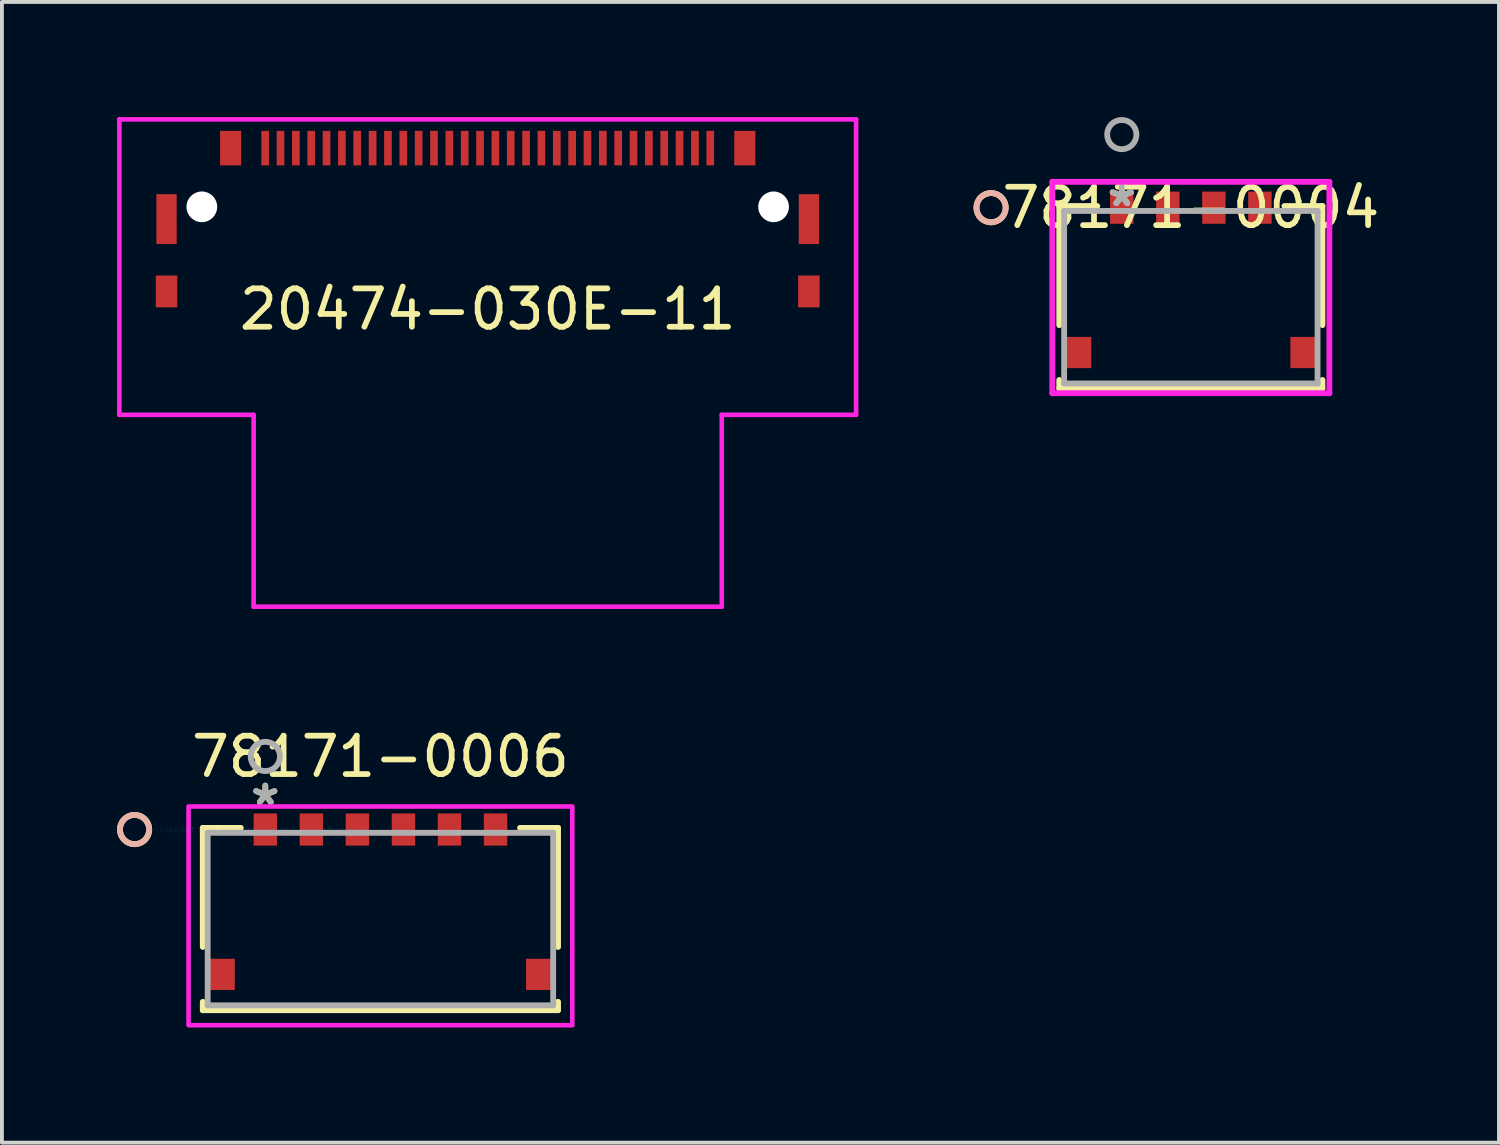
<source format=kicad_pcb>
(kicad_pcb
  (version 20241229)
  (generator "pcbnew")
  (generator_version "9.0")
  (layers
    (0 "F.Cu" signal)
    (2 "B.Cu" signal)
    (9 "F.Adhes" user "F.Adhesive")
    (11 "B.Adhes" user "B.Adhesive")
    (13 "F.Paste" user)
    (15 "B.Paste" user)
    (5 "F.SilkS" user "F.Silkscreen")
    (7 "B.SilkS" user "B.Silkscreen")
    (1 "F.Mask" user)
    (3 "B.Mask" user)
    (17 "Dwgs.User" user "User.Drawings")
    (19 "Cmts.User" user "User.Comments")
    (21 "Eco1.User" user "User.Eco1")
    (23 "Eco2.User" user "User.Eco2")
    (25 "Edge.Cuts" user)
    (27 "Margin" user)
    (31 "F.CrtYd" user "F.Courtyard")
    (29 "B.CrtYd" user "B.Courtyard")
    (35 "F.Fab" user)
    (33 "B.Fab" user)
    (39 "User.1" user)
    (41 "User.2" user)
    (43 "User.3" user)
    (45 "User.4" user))
  (footprint "78171-0006"
    (layer "F.Cu")
    (at 3.864 18.568)
    (property "Reference" "78171-0006" (at 3 -1.9 0) (layer "F.SilkS") (effects (font (size 1 1) (thickness 0.15))))
    (fp_line (start -1.629 -0.042) (end -1.629 3.06) (stroke (width 0.152) (type solid)) (layer "F.SilkS"))
    (fp_line (start -1.629 4.49) (end -1.629 4.708) (stroke (width 0.152) (type solid)) (layer "F.SilkS"))
    (fp_line (start -1.629 4.708) (end 7.629 4.708) (stroke (width 0.152) (type solid)) (layer "F.SilkS"))
    (fp_line (start -0.638 -0.042) (end -1.629 -0.042) (stroke (width 0.152) (type solid)) (layer "F.SilkS"))
    (fp_line (start 7.629 -0.042) (end 6.638 -0.042) (stroke (width 0.152) (type solid)) (layer "F.SilkS"))
    (fp_line (start 7.629 3.06) (end 7.629 -0.042) (stroke (width 0.152) (type solid)) (layer "F.SilkS"))
    (fp_line (start 7.629 4.708) (end 7.629 4.49) (stroke (width 0.152) (type solid)) (layer "F.SilkS"))
    (fp_circle (center -3.407 0) (end -3.026 0) (stroke (width 0.152) (type solid)) (fill no) (layer "F.SilkS"))
    (fp_circle (center -3.407 0) (end -3.026 0) (stroke (width 0.152) (type solid)) (fill no) (layer "B.SilkS"))
    (fp_rect (start -2 -0.6) (end 8 5.1) (stroke (width 0.12) (type solid)) (fill no) (layer "F.CrtYd"))
    (fp_line (start -1.502 0.085) (end -1.502 4.581) (stroke (width 0.152) (type solid)) (layer "F.Fab"))
    (fp_line (start -1.502 4.581) (end 7.502 4.581) (stroke (width 0.152) (type solid)) (layer "F.Fab"))
    (fp_line (start 7.502 0.085) (end -1.502 0.085) (stroke (width 0.152) (type solid)) (layer "F.Fab"))
    (fp_line (start 7.502 4.581) (end 7.502 0.085) (stroke (width 0.152) (type solid)) (layer "F.Fab"))
    (fp_circle (center 0 -1.905) (end 0.381 -1.905) (stroke (width 0.152) (type solid)) (fill no) (layer "F.Fab"))
    (fp_text user "*" (at 0 -0.6 0) (layer "F.SilkS") (effects (font (size 1 1) (thickness 0.15))))
    (fp_text user "Copyright 2016 Accelerated Designs. All rights reserved." (at 0 0 0) (layer "Cmts.User") (effects (font (size 0.127 0.127) (thickness 0.002))))
    (fp_text user "*" (at 0 -0.6 0) (layer "F.Fab") (effects (font (size 1 1) (thickness 0.15))))
    (pad "1" smd rect (at 0.000001 0) (size 0.61 0.838) (layers "F.Cu" "F.Mask" "F.Paste"))
    (pad "2" smd rect (at 1.2 0) (size 0.61 0.838) (layers "F.Cu" "F.Mask" "F.Paste"))
    (pad "3" smd rect (at 2.4 0) (size 0.61 0.838) (layers "F.Cu" "F.Mask" "F.Paste"))
    (pad "4" smd rect (at 3.6 0) (size 0.61 0.838) (layers "F.Cu" "F.Mask" "F.Paste"))
    (pad "5" smd rect (at 4.8 0) (size 0.61 0.838) (layers "F.Cu" "F.Mask" "F.Paste"))
    (pad "6" smd rect (at 6 0) (size 0.61 0.838) (layers "F.Cu" "F.Mask" "F.Paste"))
    (pad "7" smd rect (at 7.15 3.775 90) (size 0.813 0.711) (layers "F.Cu" "F.Mask" "F.Paste"))
    (pad "8" smd rect (at -1.15 3.775 90) (size 0.813 0.711) (layers "F.Cu" "F.Mask" "F.Paste")))
  (footprint "78171-0004"
    (layer "F.Cu")
    (at 26.184 2.362)
    (property "Reference" "78171-0004" (at 1.8 0 0) (layer "F.SilkS") (effects (font (size 1 1) (thickness 0.15))))
    (attr through_hole)
    (fp_line (start -1.629 -0.042) (end -1.629 3.06) (stroke (width 0.152) (type solid)) (layer "F.SilkS"))
    (fp_line (start -1.629 4.49) (end -1.629 4.708) (stroke (width 0.152) (type solid)) (layer "F.SilkS"))
    (fp_line (start -1.629 4.708) (end 5.229 4.708) (stroke (width 0.152) (type solid)) (layer "F.SilkS"))
    (fp_line (start -0.638 -0.042) (end -1.629 -0.042) (stroke (width 0.152) (type solid)) (layer "F.SilkS"))
    (fp_line (start 5.229 -0.042) (end 4.238 -0.042) (stroke (width 0.152) (type solid)) (layer "F.SilkS"))
    (fp_line (start 5.229 3.06) (end 5.229 -0.042) (stroke (width 0.152) (type solid)) (layer "F.SilkS"))
    (fp_line (start 5.229 4.708) (end 5.229 4.49) (stroke (width 0.152) (type solid)) (layer "F.SilkS"))
    (fp_circle (center -3.407 0) (end -3.026 0) (stroke (width 0.152) (type solid)) (fill no) (layer "F.SilkS"))
    (fp_circle (center -3.407 0) (end -3.026 0) (stroke (width 0.152) (type solid)) (fill no) (layer "B.SilkS"))
    (fp_line (start -1.81 -0.673) (end -1.81 4.835) (stroke (width 0.152) (type solid)) (layer "F.CrtYd"))
    (fp_line (start -1.81 4.835) (end 5.41 4.835) (stroke (width 0.152) (type solid)) (layer "F.CrtYd"))
    (fp_line (start 5.41 -0.673) (end -1.81 -0.673) (stroke (width 0.152) (type solid)) (layer "F.CrtYd"))
    (fp_line (start 5.41 4.835) (end 5.41 -0.673) (stroke (width 0.152) (type solid)) (layer "F.CrtYd"))
    (fp_line (start -1.502 0.085) (end -1.502 4.581) (stroke (width 0.152) (type solid)) (layer "F.Fab"))
    (fp_line (start -1.502 4.581) (end 5.102 4.581) (stroke (width 0.152) (type solid)) (layer "F.Fab"))
    (fp_line (start 5.102 0.085) (end -1.502 0.085) (stroke (width 0.152) (type solid)) (layer "F.Fab"))
    (fp_line (start 5.102 4.581) (end 5.102 0.085) (stroke (width 0.152) (type solid)) (layer "F.Fab"))
    (fp_circle (center 0 -1.905) (end 0.381 -1.905) (stroke (width 0.152) (type solid)) (fill no) (layer "F.Fab"))
    (fp_text user "*" (at 0 0 0) (layer "F.SilkS") (effects (font (size 1 1) (thickness 0.15))))
    (fp_text user "*" (at 0 0 0) (layer "F.Fab") (effects (font (size 1 1) (thickness 0.15))))
    (pad "1" smd rect (at 0.000001 0) (size 0.61 0.838) (layers "F.Cu" "F.Mask" "F.Paste"))
    (pad "2" smd rect (at 1.2 0) (size 0.61 0.838) (layers "F.Cu" "F.Mask" "F.Paste"))
    (pad "3" smd rect (at 2.4 0) (size 0.61 0.838) (layers "F.Cu" "F.Mask" "F.Paste"))
    (pad "4" smd rect (at 3.6 0) (size 0.61 0.838) (layers "F.Cu" "F.Mask" "F.Paste"))
    (pad "5" smd rect (at -1.15 3.775 90) (size 0.813 0.711) (layers "F.Cu" "F.Mask" "F.Paste"))
    (pad "6" smd rect (at 4.75 3.775 90) (size 0.813 0.711) (layers "F.Cu" "F.Mask" "F.Paste")))
  (footprint "20474-030E-11"
    (layer "F.Cu")
    (at 9.66 3.91)
    (property "Reference" "20474-030E-11" (at 0 1.1 0) (layer "F.SilkS") (effects (font (size 1 1) (thickness 0.15))))
    (fp_line (start -9.6 -3.85) (end 9.6 -3.85) (stroke (width 0.12) (type solid)) (layer "F.CrtYd"))
    (fp_line (start -9.6 3.85) (end -9.6 -3.85) (stroke (width 0.12) (type solid)) (layer "F.CrtYd"))
    (fp_line (start -6.1 3.85) (end -9.6 3.85) (stroke (width 0.12) (type solid)) (layer "F.CrtYd"))
    (fp_line (start -6.1 3.85) (end -6.1 8.85) (stroke (width 0.12) (type solid)) (layer "F.CrtYd"))
    (fp_line (start -6.1 8.85) (end 6.1 8.85) (stroke (width 0.12) (type solid)) (layer "F.CrtYd"))
    (fp_line (start 6.1 3.85) (end 6.1 8.85) (stroke (width 0.12) (type solid)) (layer "F.CrtYd"))
    (fp_line (start 6.1 3.85) (end 9.6 3.85) (stroke (width 0.12) (type solid)) (layer "F.CrtYd"))
    (fp_line (start 9.6 -3.85) (end 9.6 3.85) (stroke (width 0.12) (type solid)) (layer "F.CrtYd"))
    (pad "" np_thru_hole circle (at -7.45 -1.57) (size 0.8 0.8) (drill 0.8) (layers "*.Cu" "*.Mask"))
    (pad "" np_thru_hole circle (at 7.45 -1.57) (size 0.8 0.8) (drill 0.8) (layers "*.Cu" "*.Mask"))
    (pad "1" smd rect (at -5.8 -3.1) (size 0.2 0.9) (layers "F.Cu" "F.Mask" "F.Paste"))
    (pad "2" smd rect (at -5.4 -3.1) (size 0.2 0.9) (layers "F.Cu" "F.Mask" "F.Paste"))
    (pad "3" smd rect (at -5 -3.1) (size 0.2 0.9) (layers "F.Cu" "F.Mask" "F.Paste"))
    (pad "4" smd rect (at -4.6 -3.1) (size 0.2 0.9) (layers "F.Cu" "F.Mask" "F.Paste"))
    (pad "5" smd rect (at -4.2 -3.1) (size 0.2 0.9) (layers "F.Cu" "F.Mask" "F.Paste"))
    (pad "6" smd rect (at -3.8 -3.1) (size 0.2 0.9) (layers "F.Cu" "F.Mask" "F.Paste"))
    (pad "7" smd rect (at -3.4 -3.1) (size 0.2 0.9) (layers "F.Cu" "F.Mask" "F.Paste"))
    (pad "8" smd rect (at -3 -3.1) (size 0.2 0.9) (layers "F.Cu" "F.Mask" "F.Paste"))
    (pad "9" smd rect (at -2.6 -3.1) (size 0.2 0.9) (layers "F.Cu" "F.Mask" "F.Paste"))
    (pad "10" smd rect (at -2.2 -3.1) (size 0.2 0.9) (layers "F.Cu" "F.Mask" "F.Paste"))
    (pad "11" smd rect (at -1.8 -3.1) (size 0.2 0.9) (layers "F.Cu" "F.Mask" "F.Paste"))
    (pad "12" smd rect (at -1.4 -3.1) (size 0.2 0.9) (layers "F.Cu" "F.Mask" "F.Paste"))
    (pad "13" smd rect (at -1 -3.1) (size 0.2 0.9) (layers "F.Cu" "F.Mask" "F.Paste"))
    (pad "14" smd rect (at -0.6 -3.1) (size 0.2 0.9) (layers "F.Cu" "F.Mask" "F.Paste"))
    (pad "15" smd rect (at -0.2 -3.1) (size 0.2 0.9) (layers "F.Cu" "F.Mask" "F.Paste"))
    (pad "16" smd rect (at 0.2 -3.1) (size 0.2 0.9) (layers "F.Cu" "F.Mask" "F.Paste"))
    (pad "17" smd rect (at 0.6 -3.1) (size 0.2 0.9) (layers "F.Cu" "F.Mask" "F.Paste"))
    (pad "18" smd rect (at 1 -3.1) (size 0.2 0.9) (layers "F.Cu" "F.Mask" "F.Paste"))
    (pad "19" smd rect (at 1.4 -3.1) (size 0.2 0.9) (layers "F.Cu" "F.Mask" "F.Paste"))
    (pad "20" smd rect (at 1.8 -3.1) (size 0.2 0.9) (layers "F.Cu" "F.Mask" "F.Paste"))
    (pad "21" smd rect (at 2.2 -3.1) (size 0.2 0.9) (layers "F.Cu" "F.Mask" "F.Paste"))
    (pad "22" smd rect (at 2.6 -3.1) (size 0.2 0.9) (layers "F.Cu" "F.Mask" "F.Paste"))
    (pad "23" smd rect (at 3 -3.1) (size 0.2 0.9) (layers "F.Cu" "F.Mask" "F.Paste"))
    (pad "24" smd rect (at 3.4 -3.1) (size 0.2 0.9) (layers "F.Cu" "F.Mask" "F.Paste"))
    (pad "25" smd rect (at 3.8 -3.1) (size 0.2 0.9) (layers "F.Cu" "F.Mask" "F.Paste"))
    (pad "26" smd rect (at 4.2 -3.1) (size 0.2 0.9) (layers "F.Cu" "F.Mask" "F.Paste"))
    (pad "27" smd rect (at 4.6 -3.1) (size 0.2 0.9) (layers "F.Cu" "F.Mask" "F.Paste"))
    (pad "28" smd rect (at 5 -3.1) (size 0.2 0.9) (layers "F.Cu" "F.Mask" "F.Paste"))
    (pad "29" smd rect (at 5.4 -3.1) (size 0.2 0.9) (layers "F.Cu" "F.Mask" "F.Paste"))
    (pad "30" smd rect (at 5.8 -3.1) (size 0.2 0.9) (layers "F.Cu" "F.Mask" "F.Paste"))
    (pad "31" smd rect (at -6.7 -3.1) (size 0.55 0.9) (layers "F.Cu" "F.Mask" "F.Paste"))
    (pad "31" smd rect (at 6.7 -3.1) (size 0.55 0.9) (layers "F.Cu" "F.Mask" "F.Paste"))
    (pad "32" smd rect (at -8.37 -1.25) (size 0.53 1.3) (layers "F.Cu" "F.Mask" "F.Paste"))
    (pad "32" smd rect (at -8.37 0.635) (size 0.56 0.83) (layers "F.Cu" "F.Mask" "F.Paste"))
    (pad "32" smd rect (at 8.37 -1.25) (size 0.53 1.3) (layers "F.Cu" "F.Mask" "F.Paste"))
    (pad "32" smd rect (at 8.37 0.635) (size 0.56 0.83) (layers "F.Cu" "F.Mask" "F.Paste")))
  (gr_rect
    (start -3 -3)
    (end 36.014 26.728)
    (stroke (width 0.1) (type default))
    (fill no)
    (layer "Edge.Cuts")))
</source>
